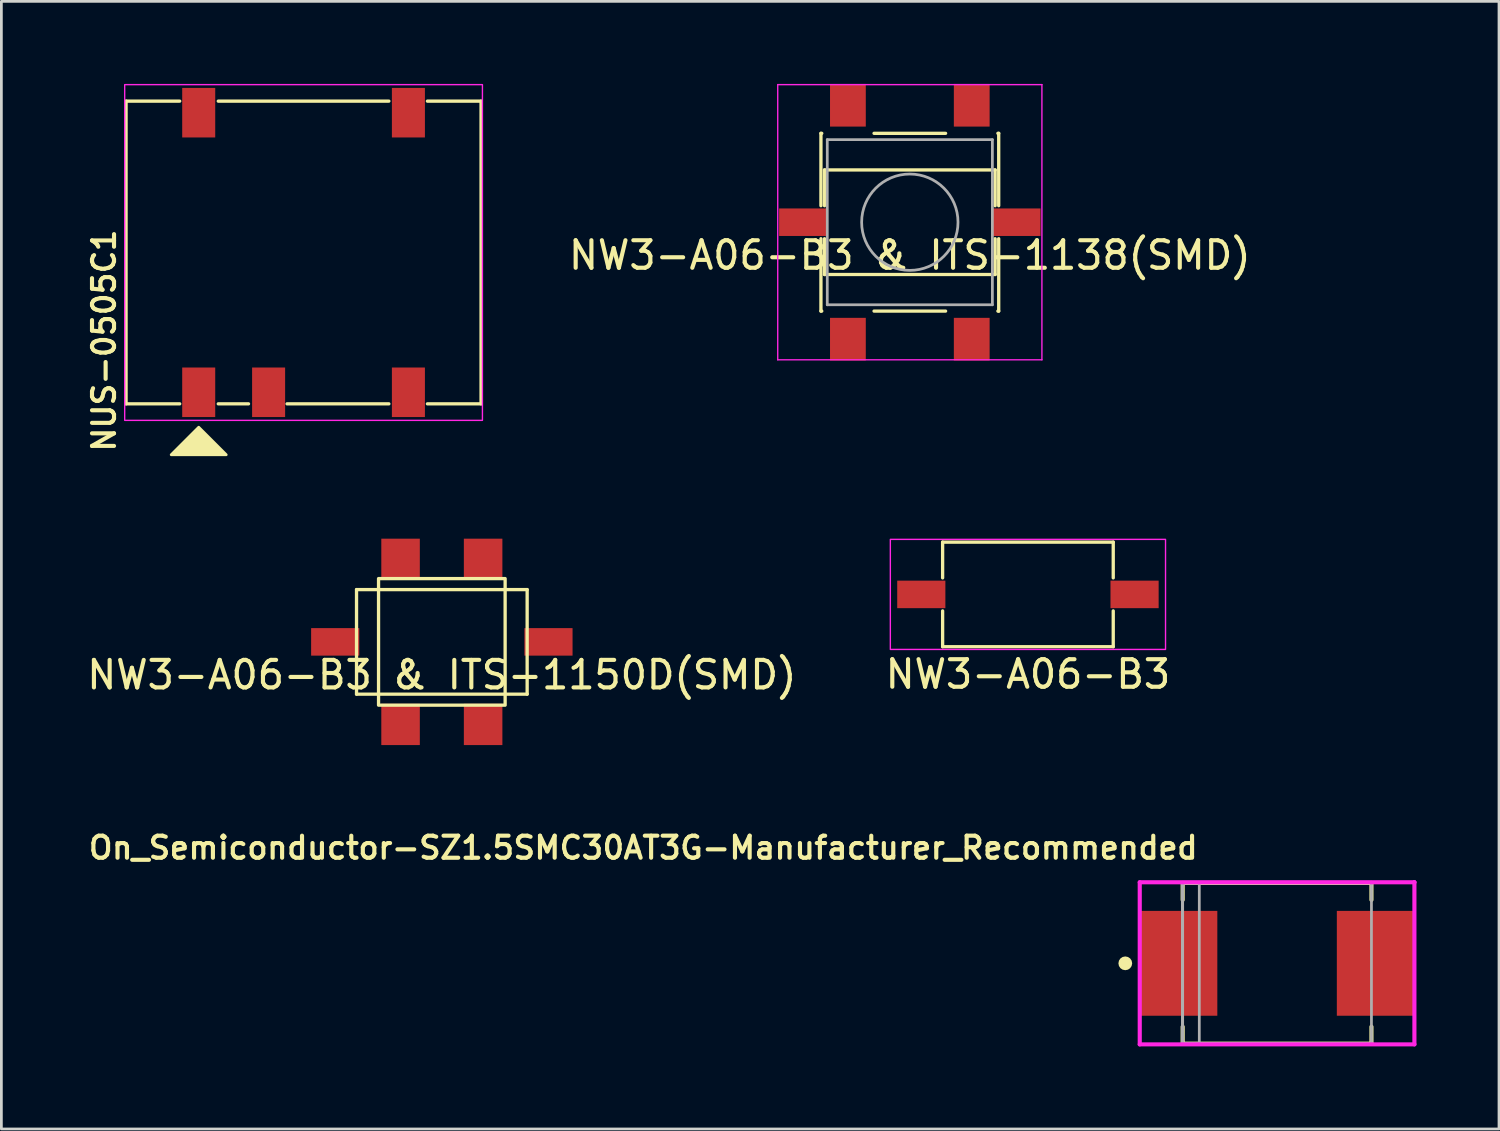
<source format=kicad_pcb>
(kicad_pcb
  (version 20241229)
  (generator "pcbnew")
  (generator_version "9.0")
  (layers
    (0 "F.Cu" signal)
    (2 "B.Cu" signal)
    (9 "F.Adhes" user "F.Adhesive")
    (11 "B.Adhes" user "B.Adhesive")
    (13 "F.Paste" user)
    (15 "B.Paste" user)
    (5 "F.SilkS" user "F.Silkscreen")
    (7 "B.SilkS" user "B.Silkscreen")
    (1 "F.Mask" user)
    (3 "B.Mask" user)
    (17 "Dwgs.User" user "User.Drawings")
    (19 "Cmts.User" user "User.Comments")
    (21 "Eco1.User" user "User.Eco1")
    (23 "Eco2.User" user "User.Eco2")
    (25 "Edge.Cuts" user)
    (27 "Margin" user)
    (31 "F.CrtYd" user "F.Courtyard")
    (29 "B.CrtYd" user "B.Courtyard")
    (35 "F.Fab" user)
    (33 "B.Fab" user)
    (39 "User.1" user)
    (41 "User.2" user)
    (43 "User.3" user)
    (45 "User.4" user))
  (footprint "NW3-A06-B3 & ITS-1150D(SMD)"
    (layer "F.Cu")
    (at 13.006 20.275)
    (property "Reference" "NW3-A06-B3 & ITS-1150D(SMD)" (at 0 1.2 0) (layer "F.SilkS") (effects (font (size 1 1) (thickness 0.15))))
    (attr through_hole)
    (fp_line (start -3.1 -1.9) (end -3.1 1.9) (stroke (width 0.12) (type solid)) (layer "F.SilkS"))
    (fp_line (start -3.1 1.9) (end 3.1 1.9) (stroke (width 0.12) (type solid)) (layer "F.SilkS"))
    (fp_line (start 3.1 -1.9) (end -3.1 -1.9) (stroke (width 0.12) (type solid)) (layer "F.SilkS"))
    (fp_line (start 3.1 1.9) (end 3.1 -1.9) (stroke (width 0.12) (type solid)) (layer "F.SilkS"))
    (fp_rect (start -2.3 -2.3) (end 2.3 2.3) (stroke (width 0.12) (type solid)) (fill no) (layer "F.SilkS"))
    (pad "1" smd rect (at -3.875 0) (size 1.75 1) (layers "F.Cu" "F.Mask" "F.Paste"))
    (pad "1" smd rect (at -1.5 -3) (size 1.4 1.5) (layers "F.Cu" "F.Mask" "F.Paste"))
    (pad "1" smd rect (at -1.5 3) (size 1.4 1.5) (layers "F.Cu" "F.Mask" "F.Paste"))
    (pad "2" smd rect (at 1.5 -3) (size 1.4 1.5) (layers "F.Cu" "F.Mask" "F.Paste"))
    (pad "2" smd rect (at 1.5 3) (size 1.4 1.5) (layers "F.Cu" "F.Mask" "F.Paste"))
    (pad "2" smd rect (at 3.875 0) (size 1.75 1) (layers "F.Cu" "F.Mask" "F.Paste")))
  (footprint "NW3-A06-B3 & ITS-1138(SMD)"
    (layer "F.Cu")
    (at 30.012 5.025)
    (property "Reference" "NW3-A06-B3 & ITS-1138(SMD)" (at 0 1.2 0) (layer "F.SilkS") (effects (font (size 1 1) (thickness 0.15))))
    (attr through_hole)
    (fp_line (start -3.23 -3.23) (end -3.2 -3.23) (stroke (width 0.12) (type solid)) (layer "F.SilkS"))
    (fp_line (start -3.23 -0.6) (end -3.23 -3.23) (stroke (width 0.12) (type solid)) (layer "F.SilkS"))
    (fp_line (start -3.23 3.23) (end -3.23 0.6) (stroke (width 0.12) (type solid)) (layer "F.SilkS"))
    (fp_line (start -3.2 3.23) (end -3.23 3.23) (stroke (width 0.12) (type solid)) (layer "F.SilkS"))
    (fp_line (start -3.1 -1.9) (end -3.1 -0.6) (stroke (width 0.12) (type solid)) (layer "F.SilkS"))
    (fp_line (start -3.1 0.6) (end -3.1 1.9) (stroke (width 0.12) (type solid)) (layer "F.SilkS"))
    (fp_line (start -3.1 1.9) (end 3.1 1.9) (stroke (width 0.12) (type solid)) (layer "F.SilkS"))
    (fp_line (start -1.3 -3.23) (end 1.3 -3.23) (stroke (width 0.12) (type solid)) (layer "F.SilkS"))
    (fp_line (start -1.3 3.23) (end 1.3 3.23) (stroke (width 0.12) (type solid)) (layer "F.SilkS"))
    (fp_line (start 3.1 -1.9) (end -3.1 -1.9) (stroke (width 0.12) (type solid)) (layer "F.SilkS"))
    (fp_line (start 3.1 -1.9) (end 3.1 -0.6) (stroke (width 0.12) (type solid)) (layer "F.SilkS"))
    (fp_line (start 3.1 0.6) (end 3.1 1.9) (stroke (width 0.12) (type solid)) (layer "F.SilkS"))
    (fp_line (start 3.23 -3.23) (end 3.2 -3.23) (stroke (width 0.12) (type solid)) (layer "F.SilkS"))
    (fp_line (start 3.23 -0.6) (end 3.23 -3.23) (stroke (width 0.12) (type solid)) (layer "F.SilkS"))
    (fp_line (start 3.23 3.23) (end 3.2 3.23) (stroke (width 0.12) (type solid)) (layer "F.SilkS"))
    (fp_line (start 3.23 3.23) (end 3.23 0.6) (stroke (width 0.12) (type solid)) (layer "F.SilkS"))
    (fp_line (start -4.8 5) (end -4.8 -5) (stroke (width 0.05) (type solid)) (layer "F.CrtYd"))
    (fp_line (start -4.8 5) (end 4.8 5) (stroke (width 0.05) (type solid)) (layer "F.CrtYd"))
    (fp_line (start 4.8 -5) (end -4.8 -5) (stroke (width 0.05) (type solid)) (layer "F.CrtYd"))
    (fp_line (start 4.8 5) (end 4.8 -5) (stroke (width 0.05) (type solid)) (layer "F.CrtYd"))
    (fp_line (start -3 -3) (end -3 3) (stroke (width 0.1) (type solid)) (layer "F.Fab"))
    (fp_line (start -3 3) (end 3 3) (stroke (width 0.1) (type solid)) (layer "F.Fab"))
    (fp_line (start 3 -3) (end -3 -3) (stroke (width 0.1) (type solid)) (layer "F.Fab"))
    (fp_line (start 3 3) (end 3 -3) (stroke (width 0.1) (type solid)) (layer "F.Fab"))
    (fp_circle (center 0 0) (end -0.05 -1.75) (stroke (width 0.1) (type solid)) (fill no) (layer "F.Fab"))
    (pad "1" smd rect (at -3.875 0) (size 1.75 1) (layers "F.Cu" "F.Mask" "F.Paste"))
    (pad "1" smd rect (at -2.25 -4.25 90) (size 1.55 1.3) (layers "F.Cu" "F.Mask" "F.Paste"))
    (pad "1" smd rect (at -2.25 4.25 90) (size 1.55 1.3) (layers "F.Cu" "F.Mask" "F.Paste"))
    (pad "2" smd rect (at 2.25 -4.25 90) (size 1.55 1.3) (layers "F.Cu" "F.Mask" "F.Paste"))
    (pad "2" smd rect (at 2.25 4.25 90) (size 1.55 1.3) (layers "F.Cu" "F.Mask" "F.Paste"))
    (pad "2" smd rect (at 3.875 0) (size 1.75 1) (layers "F.Cu" "F.Mask" "F.Paste")))
  (footprint "On_Semiconductor-SZ1.5SMC30AT3G-Manufacturer_Recommended"
    (layer "F.Cu")
    (at 43.357 31.956)
    (property "Reference" "On_Semiconductor-SZ1.5SMC30AT3G-Manufacturer_Recommended" (at -2.8 -4.2 180) (layer "F.SilkS") (effects (font (size 0.8 0.8) (thickness 0.15)) (justify right)))
    (attr through_hole)
    (fp_line (start -3.43 -2.92) (end 3.43 -2.92) (stroke (width 0.15) (type solid)) (layer "F.SilkS"))
    (fp_line (start -3.43 -2.305) (end -3.43 -2.92) (stroke (width 0.15) (type solid)) (layer "F.SilkS"))
    (fp_line (start -3.43 2.92) (end -3.43 2.305) (stroke (width 0.15) (type solid)) (layer "F.SilkS"))
    (fp_line (start -3.43 2.92) (end 3.43 2.92) (stroke (width 0.15) (type solid)) (layer "F.SilkS"))
    (fp_line (start 3.43 -2.305) (end 3.43 -2.92) (stroke (width 0.15) (type solid)) (layer "F.SilkS"))
    (fp_line (start 3.43 2.92) (end 3.43 2.305) (stroke (width 0.15) (type solid)) (layer "F.SilkS"))
    (fp_circle (center -5.515 0) (end -5.39 0) (stroke (width 0.25) (type solid)) (fill no) (layer "F.SilkS"))
    (fp_line (start -4.99 -2.945) (end -4.99 2.945) (stroke (width 0.15) (type solid)) (layer "F.CrtYd"))
    (fp_line (start -4.99 2.945) (end 4.991 2.945) (stroke (width 0.15) (type solid)) (layer "F.CrtYd"))
    (fp_line (start 4.991 -2.945) (end -4.99 -2.945) (stroke (width 0.15) (type solid)) (layer "F.CrtYd"))
    (fp_line (start 4.991 -2.945) (end 4.991 -2.945) (stroke (width 0.15) (type solid)) (layer "F.CrtYd"))
    (fp_line (start 4.991 2.945) (end 4.991 -2.945) (stroke (width 0.15) (type solid)) (layer "F.CrtYd"))
    (fp_line (start -3.43 -2.92) (end 3.43 -2.92) (stroke (width 0.1) (type solid)) (layer "F.Fab"))
    (fp_line (start -3.43 2.92) (end -3.43 -2.92) (stroke (width 0.1) (type solid)) (layer "F.Fab"))
    (fp_line (start -3.43 2.92) (end 3.43 2.92) (stroke (width 0.1) (type solid)) (layer "F.Fab"))
    (fp_line (start 3.43 2.92) (end 3.43 -2.92) (stroke (width 0.1) (type solid)) (layer "F.Fab"))
    (fp_poly (pts (xy -3.441 -2.92) (xy -2.826 -2.92) (xy -2.826 2.92) (xy -3.441 2.92)) (stroke (width 0.1) (type solid)) (fill no) (layer "F.Fab"))
    (pad "1" smd rect (at -3.568 0 90) (size 3.81 2.794) (layers "F.Cu" "F.Mask" "F.Paste"))
    (pad "2" smd rect (at 3.569 0 90) (size 3.81 2.794) (layers "F.Cu" "F.Mask" "F.Paste")))
  (footprint "NUS-0505C1"
    (layer "F.Cu")
    (at 7.981 6.125)
    (property "Reference" "NUS-0505C1" (at -7.25 3.2 90) (layer "F.SilkS") (effects (font (size 0.8 0.8) (thickness 0.15))))
    (attr smd)
    (fp_line (start -6.45 -5.5) (end -6.45 5.5) (stroke (width 0.12) (type solid)) (layer "F.SilkS"))
    (fp_line (start -6.45 -5.5) (end -4.5 -5.5) (stroke (width 0.12) (type default)) (layer "F.SilkS"))
    (fp_line (start -6.45 5.5) (end -4.5 5.5) (stroke (width 0.12) (type default)) (layer "F.SilkS"))
    (fp_line (start -3.1 -5.5) (end 3.1 -5.5) (stroke (width 0.12) (type default)) (layer "F.SilkS"))
    (fp_line (start -3.1 5.5) (end -2 5.5) (stroke (width 0.12) (type default)) (layer "F.SilkS"))
    (fp_line (start -0.6 5.5) (end 3.1 5.5) (stroke (width 0.12) (type default)) (layer "F.SilkS"))
    (fp_line (start 4.5 -5.5) (end 6.45 -5.5) (stroke (width 0.12) (type default)) (layer "F.SilkS"))
    (fp_line (start 4.5 5.5) (end 6.45 5.5) (stroke (width 0.12) (type default)) (layer "F.SilkS"))
    (fp_line (start 6.45 5.5) (end 6.45 -5.5) (stroke (width 0.12) (type solid)) (layer "F.SilkS"))
    (fp_poly (pts (xy -2.81 7.35) (xy -4.81 7.35) (xy -3.81 6.35)) (stroke (width 0.1) (type solid)) (fill yes) (layer "F.SilkS"))
    (fp_rect (start -6.5 -6.1) (end 6.5 6.1) (stroke (width 0.05) (type default)) (fill no) (layer "F.CrtYd"))
    (pad "1" smd rect (at -3.81 5.08) (size 1.2 1.8) (layers "F.Cu" "F.Mask" "F.Paste"))
    (pad "2" smd rect (at -1.27 5.08) (size 1.2 1.8) (layers "F.Cu" "F.Mask" "F.Paste"))
    (pad "4" smd rect (at 3.81 5.08) (size 1.2 1.8) (layers "F.Cu" "F.Mask" "F.Paste"))
    (pad "5" smd rect (at 3.81 -5.08) (size 1.2 1.8) (layers "F.Cu" "F.Mask" "F.Paste"))
    (pad "8" smd rect (at -3.81 -5.08) (size 1.2 1.8) (layers "F.Cu" "F.Mask" "F.Paste")))
  (footprint "NW3-A06-B3"
    (layer "F.Cu")
    (at 34.304 18.55)
    (property "Reference" "NW3-A06-B3" (at 0 2.9 0) (layer "F.SilkS") (effects (font (size 1 1) (thickness 0.15))))
    (attr through_hole)
    (fp_line (start -3.1 -1.9) (end -3.1 -0.6) (stroke (width 0.12) (type solid)) (layer "F.SilkS"))
    (fp_line (start -3.1 0.6) (end -3.1 1.9) (stroke (width 0.12) (type solid)) (layer "F.SilkS"))
    (fp_line (start -3.1 1.9) (end 3.1 1.9) (stroke (width 0.12) (type solid)) (layer "F.SilkS"))
    (fp_line (start 3.1 -1.9) (end -3.1 -1.9) (stroke (width 0.12) (type solid)) (layer "F.SilkS"))
    (fp_line (start 3.1 -1.9) (end 3.1 -0.6) (stroke (width 0.12) (type solid)) (layer "F.SilkS"))
    (fp_line (start 3.1 0.6) (end 3.1 1.9) (stroke (width 0.12) (type solid)) (layer "F.SilkS"))
    (fp_rect (start -5 -2) (end 5 2) (stroke (width 0.05) (type solid)) (fill no) (layer "F.CrtYd"))
    (pad "1" smd rect (at -3.875 0) (size 1.75 1) (layers "F.Cu" "F.Mask" "F.Paste"))
    (pad "2" smd rect (at 3.875 0) (size 1.75 1) (layers "F.Cu" "F.Mask" "F.Paste")))
  (gr_rect
    (start -3 -3)
    (end 51.422 37.976)
    (stroke (width 0.1) (type default))
    (fill no)
    (layer "Edge.Cuts")))
</source>
